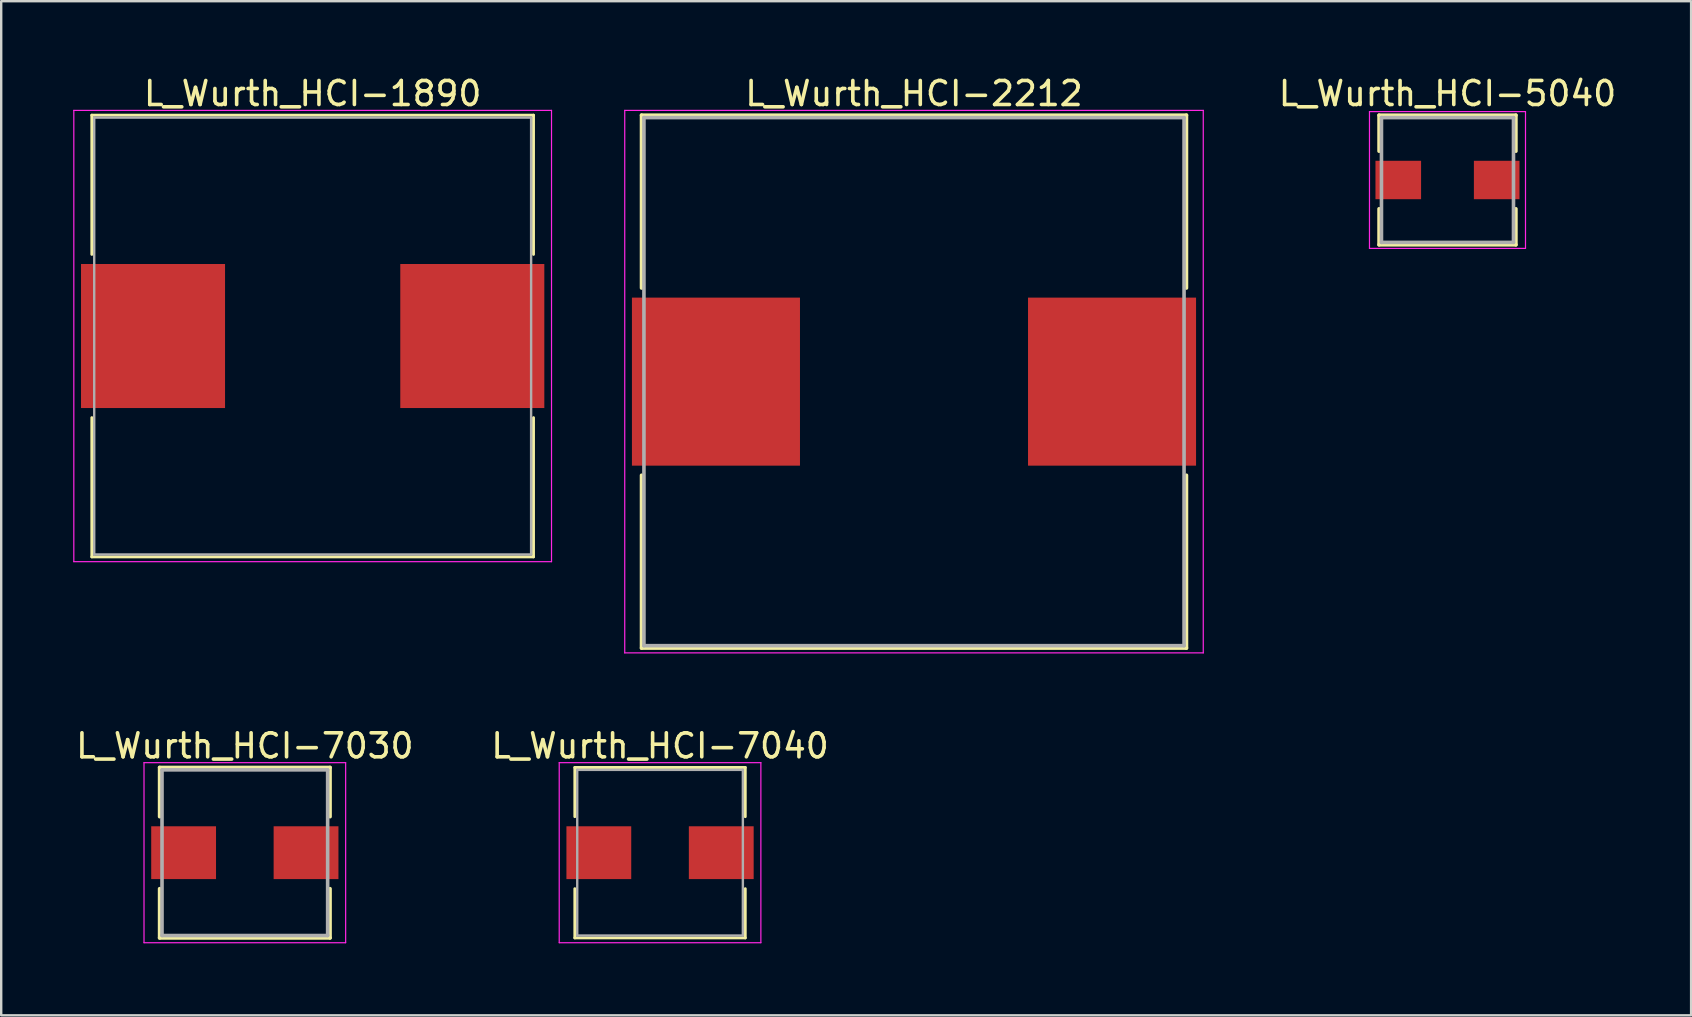
<source format=kicad_pcb>
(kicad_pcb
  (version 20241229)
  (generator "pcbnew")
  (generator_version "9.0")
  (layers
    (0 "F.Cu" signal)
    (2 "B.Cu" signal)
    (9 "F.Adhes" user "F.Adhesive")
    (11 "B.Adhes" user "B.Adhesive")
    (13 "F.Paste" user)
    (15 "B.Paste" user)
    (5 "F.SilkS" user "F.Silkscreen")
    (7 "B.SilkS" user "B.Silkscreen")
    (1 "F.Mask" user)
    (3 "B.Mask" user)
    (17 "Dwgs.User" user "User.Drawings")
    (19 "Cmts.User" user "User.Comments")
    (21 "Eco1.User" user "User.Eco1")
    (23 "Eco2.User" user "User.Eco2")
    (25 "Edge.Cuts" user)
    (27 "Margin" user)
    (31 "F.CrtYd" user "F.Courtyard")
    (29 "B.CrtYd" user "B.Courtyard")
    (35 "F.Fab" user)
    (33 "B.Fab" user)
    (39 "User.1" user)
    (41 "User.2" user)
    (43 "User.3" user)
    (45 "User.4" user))
  (footprint "L_Wurth_HCI-1890"
    (layer "F.Cu")
    (at 9.975 10.948)
    (property "Reference" "L_Wurth_HCI-1890" (at 0 -10.1 0) (layer "F.SilkS") (effects (font (size 1 1) (thickness 0.15))))
    (attr smd)
    (fp_line (start -9.2 -9.2) (end 9.2 -9.2) (stroke (width 0.12) (type solid)) (layer "F.SilkS"))
    (fp_line (start -9.2 -3.4) (end -9.2 -9.2) (stroke (width 0.12) (type solid)) (layer "F.SilkS"))
    (fp_line (start -9.2 3.4) (end -9.2 9.2) (stroke (width 0.12) (type solid)) (layer "F.SilkS"))
    (fp_line (start -9.2 9.2) (end 9.2 9.2) (stroke (width 0.12) (type solid)) (layer "F.SilkS"))
    (fp_line (start 9.2 -9.2) (end 9.2 -3.4) (stroke (width 0.12) (type solid)) (layer "F.SilkS"))
    (fp_line (start 9.2 9.2) (end 9.2 3.4) (stroke (width 0.12) (type solid)) (layer "F.SilkS"))
    (fp_line (start -9.95 -9.4) (end -9.95 9.4) (stroke (width 0.05) (type solid)) (layer "F.CrtYd"))
    (fp_line (start -9.95 9.4) (end 9.95 9.4) (stroke (width 0.05) (type solid)) (layer "F.CrtYd"))
    (fp_line (start 9.95 -9.4) (end -9.95 -9.4) (stroke (width 0.05) (type solid)) (layer "F.CrtYd"))
    (fp_line (start 9.95 9.4) (end 9.95 -9.4) (stroke (width 0.05) (type solid)) (layer "F.CrtYd"))
    (fp_line (start -9.1 -9.1) (end -9.1 9.1) (stroke (width 0.1) (type solid)) (layer "F.Fab"))
    (fp_line (start -9.1 9.1) (end 9.1 9.1) (stroke (width 0.1) (type solid)) (layer "F.Fab"))
    (fp_line (start 9.1 -9.1) (end -9.1 -9.1) (stroke (width 0.1) (type solid)) (layer "F.Fab"))
    (fp_line (start 9.1 9.1) (end 9.1 -9.1) (stroke (width 0.1) (type solid)) (layer "F.Fab"))
    (pad "1" smd rect (at -6.65 0) (size 6 6) (layers "F.Cu" "F.Mask" "F.Paste"))
    (pad "2" smd rect (at 6.65 0) (size 6 6) (layers "F.Cu" "F.Mask" "F.Paste")))
  (footprint "L_Wurth_HCI-7040"
    (layer "F.Cu")
    (at 24.446 32.471)
    (property "Reference" "L_Wurth_HCI-7040" (at 0 -4.45 0) (layer "F.SilkS") (effects (font (size 1 1) (thickness 0.15))))
    (attr smd)
    (fp_line (start -3.55 -3.55) (end 3.55 -3.55) (stroke (width 0.12) (type solid)) (layer "F.SilkS"))
    (fp_line (start -3.55 -1.5) (end -3.55 -3.55) (stroke (width 0.12) (type solid)) (layer "F.SilkS"))
    (fp_line (start -3.55 1.5) (end -3.55 3.55) (stroke (width 0.12) (type solid)) (layer "F.SilkS"))
    (fp_line (start -3.55 3.55) (end 3.55 3.55) (stroke (width 0.12) (type solid)) (layer "F.SilkS"))
    (fp_line (start 3.55 -3.55) (end 3.55 -1.5) (stroke (width 0.12) (type solid)) (layer "F.SilkS"))
    (fp_line (start 3.55 3.55) (end 3.55 1.5) (stroke (width 0.12) (type solid)) (layer "F.SilkS"))
    (fp_line (start -4.2 -3.75) (end -4.2 3.75) (stroke (width 0.05) (type solid)) (layer "F.CrtYd"))
    (fp_line (start -4.2 3.75) (end 4.2 3.75) (stroke (width 0.05) (type solid)) (layer "F.CrtYd"))
    (fp_line (start 4.2 -3.75) (end -4.2 -3.75) (stroke (width 0.05) (type solid)) (layer "F.CrtYd"))
    (fp_line (start 4.2 3.75) (end 4.2 -3.75) (stroke (width 0.05) (type solid)) (layer "F.CrtYd"))
    (fp_line (start -3.45 -3.45) (end -3.45 3.45) (stroke (width 0.1) (type solid)) (layer "F.Fab"))
    (fp_line (start -3.45 3.45) (end 3.45 3.45) (stroke (width 0.1) (type solid)) (layer "F.Fab"))
    (fp_line (start 3.45 -3.45) (end -3.45 -3.45) (stroke (width 0.1) (type solid)) (layer "F.Fab"))
    (fp_line (start 3.45 3.45) (end 3.45 -3.45) (stroke (width 0.1) (type solid)) (layer "F.Fab"))
    (pad "1" smd rect (at -2.55 0) (size 2.7 2.2) (layers "F.Cu" "F.Mask" "F.Paste"))
    (pad "2" smd rect (at 2.55 0) (size 2.7 2.2) (layers "F.Cu" "F.Mask" "F.Paste")))
  (footprint "L_Wurth_HCI-7030"
    (layer "F.Cu")
    (at 7.149 32.471)
    (property "Reference" "L_Wurth_HCI-7030" (at 0 -4.45 0) (layer "F.SilkS") (effects (font (size 1 1) (thickness 0.15))))
    (attr smd)
    (fp_line (start -3.55 -3.55) (end 3.55 -3.55) (stroke (width 0.15) (type solid)) (layer "F.SilkS"))
    (fp_line (start -3.55 -1.5) (end -3.55 -3.55) (stroke (width 0.15) (type solid)) (layer "F.SilkS"))
    (fp_line (start -3.55 1.5) (end -3.55 3.55) (stroke (width 0.15) (type solid)) (layer "F.SilkS"))
    (fp_line (start -3.55 3.55) (end 3.55 3.55) (stroke (width 0.15) (type solid)) (layer "F.SilkS"))
    (fp_line (start 3.55 -3.55) (end 3.55 -1.5) (stroke (width 0.15) (type solid)) (layer "F.SilkS"))
    (fp_line (start 3.55 3.55) (end 3.55 1.5) (stroke (width 0.15) (type solid)) (layer "F.SilkS"))
    (fp_line (start -4.2 -3.75) (end -4.2 3.75) (stroke (width 0.05) (type solid)) (layer "F.CrtYd"))
    (fp_line (start -4.2 3.75) (end 4.2 3.75) (stroke (width 0.05) (type solid)) (layer "F.CrtYd"))
    (fp_line (start 4.2 -3.75) (end -4.2 -3.75) (stroke (width 0.05) (type solid)) (layer "F.CrtYd"))
    (fp_line (start 4.2 3.75) (end 4.2 -3.75) (stroke (width 0.05) (type solid)) (layer "F.CrtYd"))
    (fp_line (start -3.45 -3.45) (end -3.45 3.45) (stroke (width 0.15) (type solid)) (layer "F.Fab"))
    (fp_line (start -3.45 3.45) (end 3.45 3.45) (stroke (width 0.15) (type solid)) (layer "F.Fab"))
    (fp_line (start 3.45 -3.45) (end -3.45 -3.45) (stroke (width 0.15) (type solid)) (layer "F.Fab"))
    (fp_line (start 3.45 3.45) (end 3.45 -3.45) (stroke (width 0.15) (type solid)) (layer "F.Fab"))
    (pad "1" smd rect (at -2.55 0) (size 2.7 2.2) (layers "F.Cu" "F.Mask" "F.Paste"))
    (pad "2" smd rect (at 2.55 0) (size 2.7 2.2) (layers "F.Cu" "F.Mask" "F.Paste")))
  (footprint "L_Wurth_HCI-2212"
    (layer "F.Cu")
    (at 35.025 12.848)
    (property "Reference" "L_Wurth_HCI-2212" (at 0 -12 0) (layer "F.SilkS") (effects (font (size 1 1) (thickness 0.15))))
    (attr smd)
    (fp_line (start -11.35 -11.1) (end 11.35 -11.1) (stroke (width 0.15) (type solid)) (layer "F.SilkS"))
    (fp_line (start -11.35 -3.9) (end -11.35 -11.1) (stroke (width 0.15) (type solid)) (layer "F.SilkS"))
    (fp_line (start -11.35 3.9) (end -11.35 11.1) (stroke (width 0.15) (type solid)) (layer "F.SilkS"))
    (fp_line (start -11.35 11.1) (end 11.35 11.1) (stroke (width 0.15) (type solid)) (layer "F.SilkS"))
    (fp_line (start 11.35 -11.1) (end 11.35 -3.9) (stroke (width 0.15) (type solid)) (layer "F.SilkS"))
    (fp_line (start 11.35 11.1) (end 11.35 3.9) (stroke (width 0.15) (type solid)) (layer "F.SilkS"))
    (fp_line (start -12.05 -11.3) (end -12.05 11.3) (stroke (width 0.05) (type solid)) (layer "F.CrtYd"))
    (fp_line (start -12.05 11.3) (end 12.05 11.3) (stroke (width 0.05) (type solid)) (layer "F.CrtYd"))
    (fp_line (start 12.05 -11.3) (end -12.05 -11.3) (stroke (width 0.05) (type solid)) (layer "F.CrtYd"))
    (fp_line (start 12.05 11.3) (end 12.05 -11.3) (stroke (width 0.05) (type solid)) (layer "F.CrtYd"))
    (fp_line (start -11.25 -11) (end -11.25 11) (stroke (width 0.15) (type solid)) (layer "F.Fab"))
    (fp_line (start -11.25 11) (end 11.25 11) (stroke (width 0.15) (type solid)) (layer "F.Fab"))
    (fp_line (start 11.25 -11) (end -11.25 -11) (stroke (width 0.15) (type solid)) (layer "F.Fab"))
    (fp_line (start 11.25 11) (end 11.25 -11) (stroke (width 0.15) (type solid)) (layer "F.Fab"))
    (pad "1" smd rect (at -8.25 0) (size 7 7) (layers "F.Cu" "F.Mask" "F.Paste"))
    (pad "2" smd rect (at 8.25 0) (size 7 7) (layers "F.Cu" "F.Mask" "F.Paste")))
  (footprint "L_Wurth_HCI-5040"
    (layer "F.Cu")
    (at 57.249 4.448)
    (property "Reference" "L_Wurth_HCI-5040" (at 0 -3.6 0) (layer "F.SilkS") (effects (font (size 1 1) (thickness 0.15))))
    (attr smd)
    (fp_line (start -2.85 -2.7) (end 2.85 -2.7) (stroke (width 0.15) (type solid)) (layer "F.SilkS"))
    (fp_line (start -2.85 -1.2) (end -2.85 -2.7) (stroke (width 0.15) (type solid)) (layer "F.SilkS"))
    (fp_line (start -2.85 1.2) (end -2.85 2.7) (stroke (width 0.15) (type solid)) (layer "F.SilkS"))
    (fp_line (start -2.85 2.7) (end 2.85 2.7) (stroke (width 0.15) (type solid)) (layer "F.SilkS"))
    (fp_line (start 2.85 -2.7) (end 2.85 -1.2) (stroke (width 0.15) (type solid)) (layer "F.SilkS"))
    (fp_line (start 2.85 2.7) (end 2.85 1.2) (stroke (width 0.15) (type solid)) (layer "F.SilkS"))
    (fp_line (start -3.25 -2.85) (end -3.25 2.85) (stroke (width 0.05) (type solid)) (layer "F.CrtYd"))
    (fp_line (start -3.25 2.85) (end 3.25 2.85) (stroke (width 0.05) (type solid)) (layer "F.CrtYd"))
    (fp_line (start 3.25 -2.85) (end -3.25 -2.85) (stroke (width 0.05) (type solid)) (layer "F.CrtYd"))
    (fp_line (start 3.25 2.85) (end 3.25 -2.85) (stroke (width 0.05) (type solid)) (layer "F.CrtYd"))
    (fp_line (start -2.75 -2.6) (end -2.75 2.6) (stroke (width 0.15) (type solid)) (layer "F.Fab"))
    (fp_line (start -2.75 2.6) (end 2.75 2.6) (stroke (width 0.15) (type solid)) (layer "F.Fab"))
    (fp_line (start 2.75 -2.6) (end -2.75 -2.6) (stroke (width 0.15) (type solid)) (layer "F.Fab"))
    (fp_line (start 2.75 2.6) (end 2.75 -2.6) (stroke (width 0.15) (type solid)) (layer "F.Fab"))
    (pad "1" smd rect (at -2.05 0) (size 1.9 1.6) (layers "F.Cu" "F.Mask" "F.Paste"))
    (pad "2" smd rect (at 2.05 0) (size 1.9 1.6) (layers "F.Cu" "F.Mask" "F.Paste")))
  (gr_rect
    (start -3 -3)
    (end 67.398 39.246)
    (stroke (width 0.1) (type default))
    (fill no)
    (layer "Edge.Cuts")))
</source>
